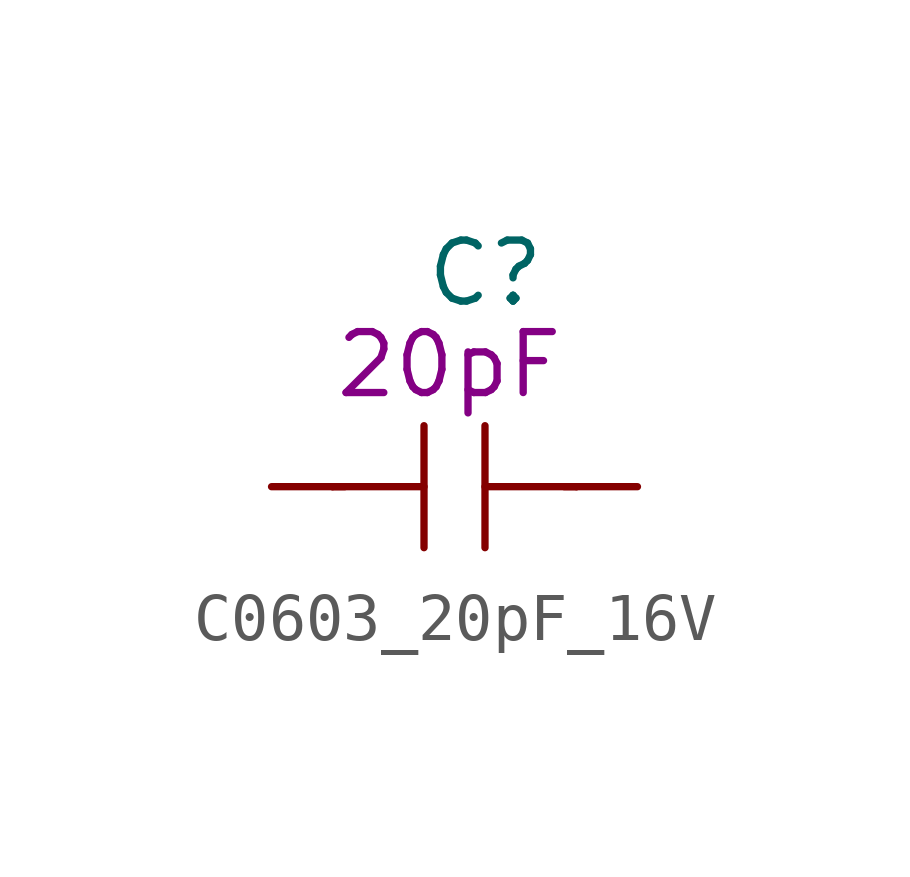
<source format=kicad_sym>
(kicad_symbol_lib
  (version 20211014)
  (generator kicad_symbol_editor)
  (symbol "C0603_20pF_16V"
    (pin_numbers hide)
    (pin_names
      (offset 1.016))
    (property "Reference" "C"
      (at -0.635 4.445 0)
      (effects (font (size 1.27 1.27)) (justify left)))
    (property "Symbol" "20pF"
      (at -2.54 2.54 0)
      (effects (font (size 1.27 1.27)) (justify left)))
    (symbol "C0603_20pF_16V_1_1"
      (polyline (pts (xy -2.54 0) (xy -0.635 0)) (stroke (width 0) (type default) (color 0 0 0 0)) (fill (type none)))
      (polyline (pts (xy -2.286 0) (xy -2.54 0)) (stroke (width 0) (type default) (color 0 0 0 0)) (fill (type none)))
      (polyline (pts (xy -0.635 1.27) (xy -0.635 -1.27)) (stroke (width 0) (type default) (color 0 0 0 0)) (fill (type none)))
      (polyline (pts (xy 0.635 0) (xy 2.54 0)) (stroke (width 0) (type default) (color 0 0 0 0)) (fill (type none)))
      (polyline (pts (xy 0.635 1.27) (xy 0.635 -1.27)) (stroke (width 0) (type default) (color 0 0 0 0)) (fill (type none)))
      (polyline (pts (xy 2.286 0) (xy 2.54 0)) (stroke (width 0) (type default) (color 0 0 0 0)) (fill (type none)))
      (pin passive line (at -3.81 0 0) (length 1.27) (name "~" (effects (font (size 1.27 1.27)))) (number "1" (effects (font (size 1.27 1.27)))))
      (pin passive line (at 3.81 0 180) (length 1.27) (name "~" (effects (font (size 1.27 1.27)))) (number "2" (effects (font (size 1.27 1.27))))))))
</source>
